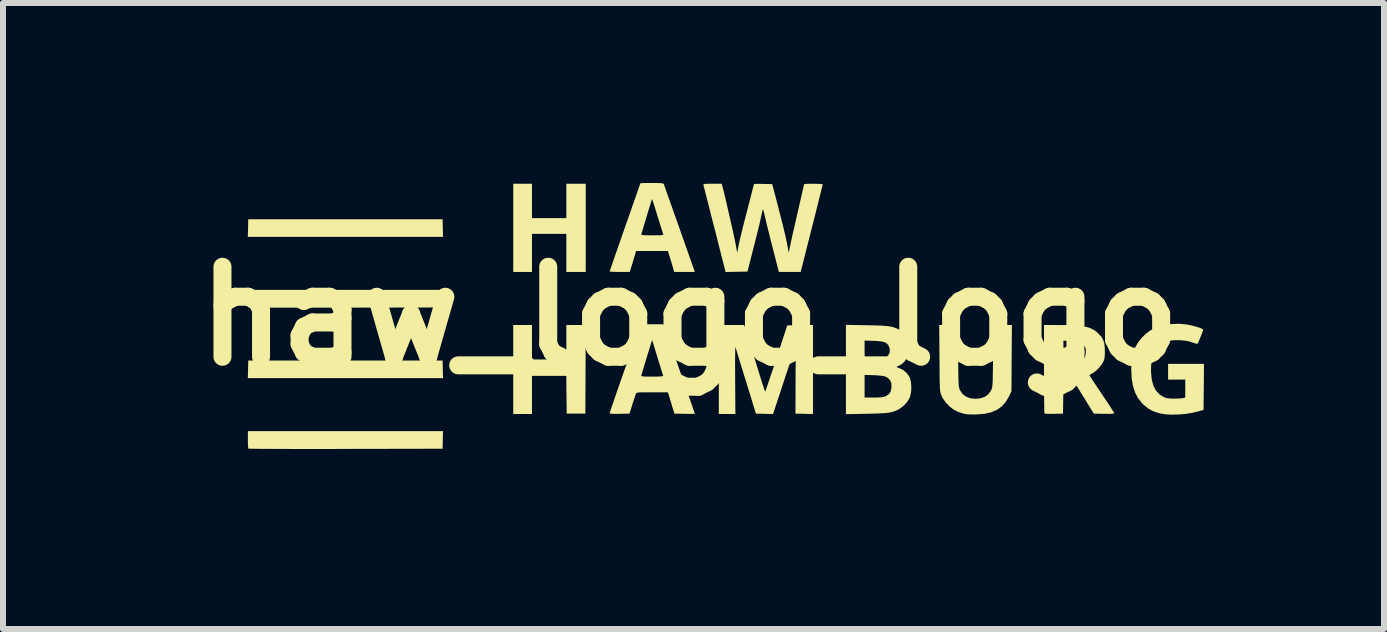
<source format=kicad_pcb>
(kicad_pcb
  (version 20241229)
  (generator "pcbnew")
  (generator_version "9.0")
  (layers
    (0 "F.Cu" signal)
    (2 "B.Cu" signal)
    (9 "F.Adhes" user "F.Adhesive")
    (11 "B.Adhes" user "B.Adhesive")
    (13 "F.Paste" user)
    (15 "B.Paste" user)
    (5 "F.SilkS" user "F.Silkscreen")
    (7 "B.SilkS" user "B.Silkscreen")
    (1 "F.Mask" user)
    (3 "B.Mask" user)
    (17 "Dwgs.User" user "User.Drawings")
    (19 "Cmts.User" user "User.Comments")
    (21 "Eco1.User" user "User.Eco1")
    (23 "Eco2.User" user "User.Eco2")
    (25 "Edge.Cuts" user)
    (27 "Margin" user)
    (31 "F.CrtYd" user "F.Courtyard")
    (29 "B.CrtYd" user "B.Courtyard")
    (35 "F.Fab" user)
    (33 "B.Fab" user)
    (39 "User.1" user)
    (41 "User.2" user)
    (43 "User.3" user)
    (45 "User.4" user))
  (footprint "haw_logo_logo"
    (layer "F.Cu")
    (at 8.443 2.217)
    (property "Reference" "haw_logo_logo" (at 0 0 0) (layer "F.SilkS") (effects (font (size 1.5 1.5) (thickness 0.3))))
    (attr board_only exclude_from_pos_files exclude_from_bom)
    (fp_poly (pts (xy -4.114 -1.467) (xy -4.11 -1.32) (xy -5.736 -1.32) (xy -7.363 -1.32) (xy -7.359 -1.467) (xy -7.356 -1.613) (xy -5.736 -1.613) (xy -4.117 -1.613)) (stroke (width 0) (type solid)) (fill yes) (layer "F.SilkS"))
    (fp_poly (pts (xy -4.114 0.888) (xy -4.11 1.034) (xy -5.736 1.034) (xy -7.363 1.034) (xy -7.359 0.888) (xy -7.356 0.741) (xy -5.736 0.741) (xy -4.117 0.741)) (stroke (width 0) (type solid)) (fill yes) (layer "F.SilkS"))
    (fp_poly (pts (xy -4.114 -0.29) (xy -4.117 -0.143) (xy -5.731 -0.14) (xy -5.93 -0.14) (xy -6.121 -0.14) (xy -6.305 -0.14) (xy -6.478 -0.14) (xy -6.64 -0.14) (xy -6.79 -0.14) (xy -6.925 -0.14) (xy -7.044 -0.141) (xy -7.146 -0.142) (xy -7.23 -0.142) (xy -7.293 -0.143) (xy -7.334 -0.144) (xy -7.353 -0.145) (xy -7.354 -0.145) (xy -7.357 -0.16) (xy -7.36 -0.195) (xy -7.362 -0.244) (xy -7.362 -0.295) (xy -7.362 -0.436) (xy -5.736 -0.436) (xy -4.11 -0.436)) (stroke (width 0) (type solid)) (fill yes) (layer "F.SilkS"))
    (fp_poly (pts (xy -4.114 2.065) (xy -4.117 2.211) (xy -5.731 2.214) (xy -5.93 2.215) (xy -6.121 2.215) (xy -6.305 2.215) (xy -6.478 2.215) (xy -6.64 2.215) (xy -6.79 2.214) (xy -6.925 2.214) (xy -7.044 2.213) (xy -7.146 2.213) (xy -7.23 2.212) (xy -7.293 2.211) (xy -7.334 2.21) (xy -7.353 2.209) (xy -7.354 2.209) (xy -7.357 2.194) (xy -7.36 2.159) (xy -7.362 2.11) (xy -7.362 2.06) (xy -7.362 1.918) (xy -5.736 1.918) (xy -4.11 1.918)) (stroke (width 0) (type solid)) (fill yes) (layer "F.SilkS"))
    (fp_poly (pts (xy -2.628 -1.918) (xy -2.628 -1.632) (xy -2.342 -1.632) (xy -2.055 -1.632) (xy -2.055 -1.918) (xy -2.055 -2.205) (xy -1.893 -2.205) (xy -1.732 -2.205) (xy -1.732 -1.47) (xy -1.732 -0.735) (xy -1.893 -0.735) (xy -2.055 -0.735) (xy -2.055 -1.053) (xy -2.055 -1.37) (xy -2.342 -1.37) (xy -2.628 -1.37) (xy -2.628 -1.053) (xy -2.628 -0.735) (xy -2.784 -0.735) (xy -2.94 -0.735) (xy -2.94 -1.47) (xy -2.94 -2.205) (xy -2.784 -2.205) (xy -2.628 -2.205)) (stroke (width 0) (type solid)) (fill yes) (layer "F.SilkS"))
    (fp_poly (pts (xy -2.628 0.436) (xy -2.628 0.723) (xy -2.342 0.723) (xy -2.055 0.723) (xy -2.055 0.436) (xy -2.055 0.149) (xy -1.893 0.149) (xy -1.731 0.149) (xy -1.735 0.888) (xy -1.738 1.626) (xy -1.893 1.626) (xy -2.049 1.626) (xy -2.053 1.311) (xy -2.056 0.997) (xy -2.342 0.997) (xy -2.628 0.997) (xy -2.628 1.314) (xy -2.628 1.632) (xy -2.784 1.632) (xy -2.94 1.632) (xy -2.94 0.891) (xy -2.94 0.149) (xy -2.784 0.149) (xy -2.628 0.149)) (stroke (width 0) (type solid)) (fill yes) (layer "F.SilkS"))
    (fp_poly (pts (xy 4.474 0.663) (xy 4.475 0.79) (xy 4.476 0.895) (xy 4.478 0.98) (xy 4.479 1.047) (xy 4.481 1.099) (xy 4.483 1.139) (xy 4.486 1.169) (xy 4.49 1.192) (xy 4.495 1.209) (xy 4.5 1.225) (xy 4.505 1.235) (xy 4.547 1.297) (xy 4.605 1.342) (xy 4.678 1.37) (xy 4.763 1.379) (xy 4.837 1.372) (xy 4.914 1.348) (xy 4.974 1.307) (xy 5.018 1.248) (xy 5.025 1.235) (xy 5.031 1.22) (xy 5.037 1.204) (xy 5.041 1.185) (xy 5.045 1.16) (xy 5.047 1.127) (xy 5.05 1.083) (xy 5.051 1.025) (xy 5.052 0.953) (xy 5.054 0.861) (xy 5.055 0.749) (xy 5.055 0.663) (xy 5.059 0.149) (xy 5.215 0.149) (xy 5.37 0.149) (xy 5.366 0.701) (xy 5.363 1.252) (xy 5.324 1.334) (xy 5.269 1.429) (xy 5.202 1.505) (xy 5.121 1.563) (xy 5.025 1.604) (xy 4.912 1.629) (xy 4.79 1.639) (xy 4.726 1.64) (xy 4.666 1.639) (xy 4.618 1.636) (xy 4.59 1.632) (xy 4.551 1.622) (xy 4.501 1.606) (xy 4.466 1.594) (xy 4.397 1.558) (xy 4.328 1.504) (xy 4.266 1.438) (xy 4.217 1.368) (xy 4.197 1.327) (xy 4.19 1.308) (xy 4.184 1.291) (xy 4.179 1.272) (xy 4.175 1.249) (xy 4.172 1.219) (xy 4.17 1.181) (xy 4.168 1.131) (xy 4.166 1.067) (xy 4.165 0.986) (xy 4.165 0.887) (xy 4.164 0.766) (xy 4.163 0.701) (xy 4.159 0.149) (xy 4.315 0.149) (xy 4.471 0.149)) (stroke (width 0) (type solid)) (fill yes) (layer "F.SilkS"))
    (fp_poly (pts (xy 2.055 0.891) (xy 2.055 1.633) (xy 1.909 1.629) (xy 1.763 1.626) (xy 1.765 1.08) (xy 1.765 0.964) (xy 1.766 0.856) (xy 1.767 0.757) (xy 1.768 0.67) (xy 1.77 0.598) (xy 1.771 0.544) (xy 1.773 0.51) (xy 1.774 0.5) (xy 1.777 0.485) (xy 1.776 0.48) (xy 1.772 0.487) (xy 1.764 0.508) (xy 1.751 0.544) (xy 1.733 0.595) (xy 1.71 0.664) (xy 1.681 0.752) (xy 1.645 0.86) (xy 1.602 0.99) (xy 1.574 1.075) (xy 1.39 1.633) (xy 1.247 1.629) (xy 1.104 1.626) (xy 0.94 1.092) (xy 0.905 0.981) (xy 0.873 0.875) (xy 0.843 0.778) (xy 0.817 0.693) (xy 0.795 0.622) (xy 0.779 0.568) (xy 0.768 0.533) (xy 0.765 0.521) (xy 0.762 0.524) (xy 0.76 0.551) (xy 0.759 0.599) (xy 0.758 0.668) (xy 0.757 0.755) (xy 0.757 0.86) (xy 0.758 0.98) (xy 0.758 1.057) (xy 0.762 1.632) (xy 0.624 1.632) (xy 0.486 1.632) (xy 0.486 0.891) (xy 0.486 0.149) (xy 0.697 0.149) (xy 0.909 0.149) (xy 0.957 0.302) (xy 0.972 0.352) (xy 0.994 0.422) (xy 1.02 0.507) (xy 1.05 0.602) (xy 1.082 0.705) (xy 1.114 0.809) (xy 1.128 0.856) (xy 1.158 0.952) (xy 1.185 1.039) (xy 1.209 1.115) (xy 1.23 1.178) (xy 1.245 1.224) (xy 1.255 1.252) (xy 1.259 1.258) (xy 1.264 1.247) (xy 1.276 1.214) (xy 1.294 1.162) (xy 1.317 1.093) (xy 1.345 1.01) (xy 1.377 0.915) (xy 1.412 0.811) (xy 1.446 0.707) (xy 1.626 0.156) (xy 1.841 0.152) (xy 2.055 0.149)) (stroke (width 0) (type solid)) (fill yes) (layer "F.SilkS"))
    (fp_poly (pts (xy 8.258 0.137) (xy 8.319 0.147) (xy 8.382 0.161) (xy 8.442 0.177) (xy 8.494 0.194) (xy 8.533 0.209) (xy 8.555 0.223) (xy 8.558 0.228) (xy 8.554 0.244) (xy 8.542 0.277) (xy 8.525 0.32) (xy 8.507 0.366) (xy 8.488 0.41) (xy 8.473 0.444) (xy 8.465 0.461) (xy 8.451 0.462) (xy 8.421 0.454) (xy 8.38 0.441) (xy 8.374 0.439) (xy 8.318 0.421) (xy 8.258 0.41) (xy 8.186 0.403) (xy 8.159 0.402) (xy 8.065 0.402) (xy 7.988 0.413) (xy 7.923 0.436) (xy 7.864 0.474) (xy 7.826 0.509) (xy 7.768 0.576) (xy 7.726 0.652) (xy 7.7 0.74) (xy 7.689 0.842) (xy 7.689 0.946) (xy 7.702 1.064) (xy 7.729 1.163) (xy 7.771 1.243) (xy 7.829 1.305) (xy 7.894 1.346) (xy 7.929 1.361) (xy 7.964 1.37) (xy 8.007 1.374) (xy 8.068 1.376) (xy 8.072 1.376) (xy 8.128 1.375) (xy 8.178 1.372) (xy 8.215 1.369) (xy 8.225 1.367) (xy 8.259 1.357) (xy 8.259 1.208) (xy 8.259 1.059) (xy 8.116 1.059) (xy 7.973 1.059) (xy 7.973 0.928) (xy 7.973 0.797) (xy 8.272 0.797) (xy 8.571 0.797) (xy 8.568 1.18) (xy 8.564 1.562) (xy 8.49 1.585) (xy 8.385 1.611) (xy 8.27 1.63) (xy 8.151 1.64) (xy 8.034 1.643) (xy 7.926 1.637) (xy 7.835 1.621) (xy 7.825 1.619) (xy 7.727 1.587) (xy 7.645 1.543) (xy 7.571 1.484) (xy 7.537 1.45) (xy 7.472 1.367) (xy 7.422 1.272) (xy 7.387 1.163) (xy 7.366 1.038) (xy 7.359 0.894) (xy 7.359 0.884) (xy 7.363 0.773) (xy 7.377 0.676) (xy 7.402 0.586) (xy 7.435 0.504) (xy 7.478 0.432) (xy 7.537 0.359) (xy 7.605 0.292) (xy 7.676 0.24) (xy 7.68 0.238) (xy 7.777 0.191) (xy 7.891 0.156) (xy 8.014 0.135) (xy 8.141 0.128)) (stroke (width 0) (type solid)) (fill yes) (layer "F.SilkS"))
    (fp_poly (pts (xy 6.176 0.15) (xy 6.31 0.151) (xy 6.422 0.156) (xy 6.515 0.164) (xy 6.593 0.177) (xy 6.658 0.194) (xy 6.712 0.218) (xy 6.76 0.247) (xy 6.803 0.283) (xy 6.853 0.336) (xy 6.887 0.388) (xy 6.908 0.447) (xy 6.917 0.519) (xy 6.919 0.579) (xy 6.919 0.643) (xy 6.915 0.689) (xy 6.907 0.725) (xy 6.895 0.759) (xy 6.892 0.763) (xy 6.864 0.81) (xy 6.823 0.861) (xy 6.777 0.907) (xy 6.731 0.943) (xy 6.703 0.959) (xy 6.677 0.973) (xy 6.665 0.986) (xy 6.665 0.987) (xy 6.671 1) (xy 6.69 1.03) (xy 6.72 1.077) (xy 6.758 1.135) (xy 6.804 1.204) (xy 6.855 1.28) (xy 6.87 1.302) (xy 6.922 1.379) (xy 6.97 1.45) (xy 7.01 1.512) (xy 7.042 1.563) (xy 7.065 1.598) (xy 7.075 1.617) (xy 7.076 1.619) (xy 7.065 1.625) (xy 7.033 1.629) (xy 6.978 1.63) (xy 6.905 1.629) (xy 6.735 1.626) (xy 6.56 1.342) (xy 6.384 1.059) (xy 6.307 1.059) (xy 6.229 1.059) (xy 6.226 1.342) (xy 6.222 1.626) (xy 6.072 1.629) (xy 6.013 1.63) (xy 5.964 1.629) (xy 5.929 1.627) (xy 5.913 1.624) (xy 5.913 1.624) (xy 5.912 1.61) (xy 5.91 1.574) (xy 5.909 1.517) (xy 5.908 1.442) (xy 5.907 1.35) (xy 5.906 1.245) (xy 5.905 1.129) (xy 5.905 1.002) (xy 5.905 0.882) (xy 5.905 0.411) (xy 6.229 0.411) (xy 6.229 0.606) (xy 6.229 0.8) (xy 6.35 0.795) (xy 6.428 0.789) (xy 6.483 0.779) (xy 6.512 0.768) (xy 6.561 0.73) (xy 6.59 0.678) (xy 6.602 0.608) (xy 6.602 0.594) (xy 6.601 0.55) (xy 6.594 0.521) (xy 6.578 0.497) (xy 6.562 0.48) (xy 6.513 0.446) (xy 6.445 0.423) (xy 6.358 0.412) (xy 6.309 0.411) (xy 6.229 0.411) (xy 5.905 0.411) (xy 5.905 0.149)) (stroke (width 0) (type solid)) (fill yes) (layer "F.SilkS"))
    (fp_poly (pts (xy 2.949 0.153) (xy 3.066 0.155) (xy 3.162 0.158) (xy 3.239 0.162) (xy 3.302 0.168) (xy 3.354 0.176) (xy 3.397 0.187) (xy 3.437 0.201) (xy 3.475 0.218) (xy 3.503 0.233) (xy 3.57 0.283) (xy 3.62 0.349) (xy 3.651 0.427) (xy 3.662 0.514) (xy 3.653 0.608) (xy 3.643 0.646) (xy 3.616 0.708) (xy 3.576 0.763) (xy 3.529 0.805) (xy 3.493 0.824) (xy 3.465 0.836) (xy 3.451 0.846) (xy 3.451 0.848) (xy 3.461 0.856) (xy 3.488 0.867) (xy 3.498 0.87) (xy 3.558 0.899) (xy 3.613 0.945) (xy 3.656 1.001) (xy 3.671 1.031) (xy 3.688 1.098) (xy 3.694 1.177) (xy 3.691 1.257) (xy 3.677 1.331) (xy 3.665 1.365) (xy 3.623 1.433) (xy 3.565 1.496) (xy 3.498 1.546) (xy 3.479 1.557) (xy 3.442 1.575) (xy 3.406 1.589) (xy 3.368 1.6) (xy 3.323 1.609) (xy 3.269 1.616) (xy 3.203 1.62) (xy 3.12 1.624) (xy 3.017 1.627) (xy 2.949 1.628) (xy 2.604 1.635) (xy 2.604 0.981) (xy 2.915 0.981) (xy 2.915 1.169) (xy 2.915 1.358) (xy 3.068 1.358) (xy 3.138 1.357) (xy 3.19 1.354) (xy 3.228 1.348) (xy 3.259 1.339) (xy 3.272 1.334) (xy 3.32 1.302) (xy 3.349 1.258) (xy 3.362 1.198) (xy 3.363 1.167) (xy 3.359 1.115) (xy 3.346 1.079) (xy 3.337 1.067) (xy 3.311 1.038) (xy 3.281 1.017) (xy 3.243 1.003) (xy 3.191 0.994) (xy 3.122 0.988) (xy 3.074 0.986) (xy 2.915 0.981) (xy 2.604 0.981) (xy 2.604 0.891) (xy 2.604 0.408) (xy 2.915 0.408) (xy 2.915 0.563) (xy 2.916 0.623) (xy 2.917 0.674) (xy 2.92 0.71) (xy 2.923 0.726) (xy 2.923 0.727) (xy 2.941 0.731) (xy 2.976 0.734) (xy 3.024 0.735) (xy 3.078 0.734) (xy 3.131 0.73) (xy 3.177 0.726) (xy 3.2 0.722) (xy 3.262 0.698) (xy 3.307 0.66) (xy 3.332 0.611) (xy 3.335 0.554) (xy 3.324 0.514) (xy 3.306 0.479) (xy 3.281 0.453) (xy 3.245 0.434) (xy 3.193 0.423) (xy 3.123 0.416) (xy 3.068 0.413) (xy 2.915 0.408) (xy 2.604 0.408) (xy 2.604 0.147)) (stroke (width 0) (type solid)) (fill yes) (layer "F.SilkS"))
    (fp_poly (pts (xy -0.418 0.19) (xy -0.409 0.216) (xy -0.393 0.261) (xy -0.371 0.323) (xy -0.344 0.4) (xy -0.312 0.489) (xy -0.278 0.588) (xy -0.24 0.693) (xy -0.201 0.804) (xy -0.162 0.916) (xy -0.122 1.029) (xy -0.084 1.139) (xy -0.047 1.243) (xy -0.013 1.34) (xy 0.018 1.427) (xy 0.044 1.502) (xy 0.064 1.561) (xy 0.079 1.603) (xy 0.086 1.625) (xy 0.087 1.628) (xy 0.075 1.629) (xy 0.043 1.63) (xy -0.005 1.63) (xy -0.064 1.629) (xy -0.083 1.629) (xy -0.253 1.626) (xy -0.269 1.576) (xy -0.28 1.543) (xy -0.295 1.493) (xy -0.312 1.436) (xy -0.324 1.398) (xy -0.362 1.271) (xy -0.624 1.271) (xy -0.711 1.271) (xy -0.776 1.271) (xy -0.823 1.272) (xy -0.855 1.274) (xy -0.875 1.278) (xy -0.886 1.283) (xy -0.893 1.29) (xy -0.897 1.299) (xy -0.905 1.321) (xy -0.918 1.362) (xy -0.936 1.414) (xy -0.955 1.474) (xy -0.955 1.476) (xy -1.003 1.626) (xy -1.168 1.629) (xy -1.239 1.63) (xy -1.288 1.629) (xy -1.318 1.626) (xy -1.331 1.621) (xy -1.333 1.617) (xy -1.329 1.603) (xy -1.317 1.567) (xy -1.299 1.512) (xy -1.274 1.44) (xy -1.244 1.352) (xy -1.209 1.251) (xy -1.17 1.139) (xy -1.128 1.018) (xy -1.12 0.996) (xy -0.806 0.996) (xy -0.8 1.002) (xy -0.783 1.005) (xy -0.753 1.008) (xy -0.706 1.009) (xy -0.638 1.009) (xy -0.624 1.009) (xy -0.549 1.009) (xy -0.496 1.007) (xy -0.462 1.004) (xy -0.445 1) (xy -0.442 0.993) (xy -0.45 0.97) (xy -0.463 0.928) (xy -0.48 0.872) (xy -0.5 0.807) (xy -0.522 0.736) (xy -0.545 0.662) (xy -0.566 0.591) (xy -0.586 0.526) (xy -0.603 0.47) (xy -0.616 0.429) (xy -0.623 0.405) (xy -0.624 0.401) (xy -0.627 0.407) (xy -0.636 0.432) (xy -0.648 0.471) (xy -0.649 0.473) (xy -0.66 0.51) (xy -0.676 0.562) (xy -0.696 0.625) (xy -0.717 0.696) (xy -0.739 0.768) (xy -0.76 0.837) (xy -0.778 0.898) (xy -0.793 0.948) (xy -0.803 0.98) (xy -0.805 0.987) (xy -0.806 0.996) (xy -1.12 0.996) (xy -1.083 0.89) (xy -1.075 0.869) (xy -0.818 0.137) (xy -0.628 0.137) (xy -0.438 0.137)) (stroke (width 0) (type solid)) (fill yes) (layer "F.SilkS"))
    (fp_poly (pts (xy -0.557 -2.217) (xy -0.504 -2.216) (xy -0.469 -2.214) (xy -0.447 -2.21) (xy -0.436 -2.204) (xy -0.43 -2.196) (xy -0.424 -2.18) (xy -0.411 -2.143) (xy -0.392 -2.088) (xy -0.367 -2.017) (xy -0.337 -1.933) (xy -0.303 -1.839) (xy -0.267 -1.736) (xy -0.229 -1.628) (xy -0.189 -1.517) (xy -0.15 -1.406) (xy -0.111 -1.297) (xy -0.075 -1.192) (xy -0.04 -1.095) (xy -0.01 -1.008) (xy 0.016 -0.934) (xy 0.037 -0.875) (xy 0.052 -0.833) (xy 0.057 -0.819) (xy 0.086 -0.735) (xy -0.087 -0.735) (xy -0.259 -0.735) (xy -0.267 -0.769) (xy -0.274 -0.795) (xy -0.287 -0.838) (xy -0.303 -0.892) (xy -0.319 -0.944) (xy -0.363 -1.084) (xy -0.628 -1.084) (xy -0.893 -1.084) (xy -0.908 -1.031) (xy -0.919 -0.996) (xy -0.934 -0.945) (xy -0.951 -0.887) (xy -0.961 -0.856) (xy -0.998 -0.735) (xy -1.165 -0.735) (xy -1.227 -0.736) (xy -1.278 -0.737) (xy -1.315 -0.74) (xy -1.332 -0.743) (xy -1.333 -0.744) (xy -1.329 -0.758) (xy -1.317 -0.792) (xy -1.299 -0.846) (xy -1.274 -0.918) (xy -1.244 -1.004) (xy -1.209 -1.104) (xy -1.17 -1.216) (xy -1.128 -1.336) (xy -1.12 -1.361) (xy -0.807 -1.361) (xy -0.803 -1.355) (xy -0.786 -1.35) (xy -0.752 -1.347) (xy -0.699 -1.346) (xy -0.624 -1.345) (xy -0.623 -1.345) (xy -0.55 -1.346) (xy -0.499 -1.346) (xy -0.466 -1.348) (xy -0.448 -1.352) (xy -0.441 -1.357) (xy -0.441 -1.365) (xy -0.442 -1.367) (xy -0.447 -1.384) (xy -0.459 -1.422) (xy -0.477 -1.476) (xy -0.498 -1.544) (xy -0.521 -1.62) (xy -0.536 -1.667) (xy -0.56 -1.746) (xy -0.582 -1.817) (xy -0.601 -1.876) (xy -0.615 -1.92) (xy -0.624 -1.945) (xy -0.626 -1.95) (xy -0.63 -1.94) (xy -0.641 -1.909) (xy -0.656 -1.86) (xy -0.675 -1.797) (xy -0.698 -1.723) (xy -0.715 -1.665) (xy -0.739 -1.584) (xy -0.762 -1.51) (xy -0.78 -1.448) (xy -0.795 -1.399) (xy -0.804 -1.369) (xy -0.807 -1.361) (xy -1.12 -1.361) (xy -1.083 -1.464) (xy -1.078 -1.481) (xy -1.032 -1.609) (xy -0.99 -1.73) (xy -0.951 -1.843) (xy -0.915 -1.944) (xy -0.884 -2.032) (xy -0.859 -2.105) (xy -0.84 -2.16) (xy -0.827 -2.197) (xy -0.822 -2.212) (xy -0.822 -2.212) (xy -0.81 -2.214) (xy -0.778 -2.216) (xy -0.729 -2.217) (xy -0.668 -2.217) (xy -0.63 -2.217)) (stroke (width 0) (type solid)) (fill yes) (layer "F.SilkS"))
    (fp_poly (pts (xy 0.547 -2.158) (xy 0.559 -2.11) (xy 0.576 -2.042) (xy 0.596 -1.96) (xy 0.618 -1.865) (xy 0.641 -1.764) (xy 0.665 -1.66) (xy 0.689 -1.556) (xy 0.711 -1.458) (xy 0.731 -1.368) (xy 0.747 -1.292) (xy 0.76 -1.233) (xy 0.765 -1.202) (xy 0.793 -1.053) (xy 0.814 -1.171) (xy 0.823 -1.211) (xy 0.836 -1.271) (xy 0.855 -1.348) (xy 0.877 -1.438) (xy 0.901 -1.538) (xy 0.928 -1.643) (xy 0.954 -1.741) (xy 0.98 -1.843) (xy 1.005 -1.938) (xy 1.026 -2.021) (xy 1.044 -2.092) (xy 1.058 -2.147) (xy 1.068 -2.184) (xy 1.071 -2.199) (xy 1.071 -2.199) (xy 1.083 -2.202) (xy 1.115 -2.203) (xy 1.162 -2.203) (xy 1.22 -2.202) (xy 1.224 -2.202) (xy 1.376 -2.199) (xy 1.485 -1.781) (xy 1.512 -1.675) (xy 1.539 -1.569) (xy 1.564 -1.468) (xy 1.586 -1.375) (xy 1.605 -1.296) (xy 1.618 -1.234) (xy 1.623 -1.208) (xy 1.652 -1.053) (xy 1.668 -1.14) (xy 1.675 -1.171) (xy 1.686 -1.224) (xy 1.701 -1.295) (xy 1.72 -1.38) (xy 1.742 -1.476) (xy 1.766 -1.58) (xy 1.791 -1.69) (xy 1.795 -1.708) (xy 1.819 -1.814) (xy 1.842 -1.912) (xy 1.862 -2) (xy 1.879 -2.075) (xy 1.892 -2.134) (xy 1.901 -2.175) (xy 1.906 -2.196) (xy 1.906 -2.197) (xy 1.918 -2.2) (xy 1.949 -2.203) (xy 1.997 -2.204) (xy 2.055 -2.205) (xy 2.062 -2.205) (xy 2.121 -2.204) (xy 2.169 -2.202) (xy 2.203 -2.199) (xy 2.217 -2.196) (xy 2.217 -2.196) (xy 2.215 -2.182) (xy 2.206 -2.147) (xy 2.192 -2.091) (xy 2.174 -2.018) (xy 2.152 -1.929) (xy 2.126 -1.827) (xy 2.098 -1.713) (xy 2.067 -1.59) (xy 2.034 -1.461) (xy 1.85 -0.735) (xy 1.668 -0.735) (xy 1.486 -0.735) (xy 1.384 -1.135) (xy 1.357 -1.238) (xy 1.332 -1.34) (xy 1.308 -1.436) (xy 1.286 -1.522) (xy 1.269 -1.595) (xy 1.256 -1.65) (xy 1.252 -1.667) (xy 1.239 -1.726) (xy 1.229 -1.761) (xy 1.222 -1.776) (xy 1.217 -1.771) (xy 1.216 -1.769) (xy 1.211 -1.745) (xy 1.201 -1.702) (xy 1.189 -1.648) (xy 1.177 -1.595) (xy 1.166 -1.544) (xy 1.149 -1.474) (xy 1.128 -1.39) (xy 1.105 -1.296) (xy 1.08 -1.197) (xy 1.055 -1.098) (xy 1.054 -1.096) (xy 0.963 -0.741) (xy 0.781 -0.738) (xy 0.599 -0.734) (xy 0.587 -0.781) (xy 0.582 -0.802) (xy 0.571 -0.845) (xy 0.555 -0.906) (xy 0.535 -0.985) (xy 0.511 -1.079) (xy 0.484 -1.185) (xy 0.455 -1.3) (xy 0.424 -1.423) (xy 0.405 -1.495) (xy 0.373 -1.62) (xy 0.343 -1.738) (xy 0.316 -1.847) (xy 0.291 -1.945) (xy 0.269 -2.029) (xy 0.252 -2.097) (xy 0.239 -2.147) (xy 0.231 -2.176) (xy 0.229 -2.183) (xy 0.228 -2.192) (xy 0.235 -2.198) (xy 0.253 -2.202) (xy 0.285 -2.204) (xy 0.337 -2.205) (xy 0.379 -2.205) (xy 0.535 -2.205)) (stroke (width 0) (type solid)) (fill yes) (layer "F.SilkS")))
  (gr_rect
    (start -3 -3)
    (end 20.014 7.432)
    (stroke (width 0.1) (type default))
    (fill no)
    (layer "Edge.Cuts")))
</source>
